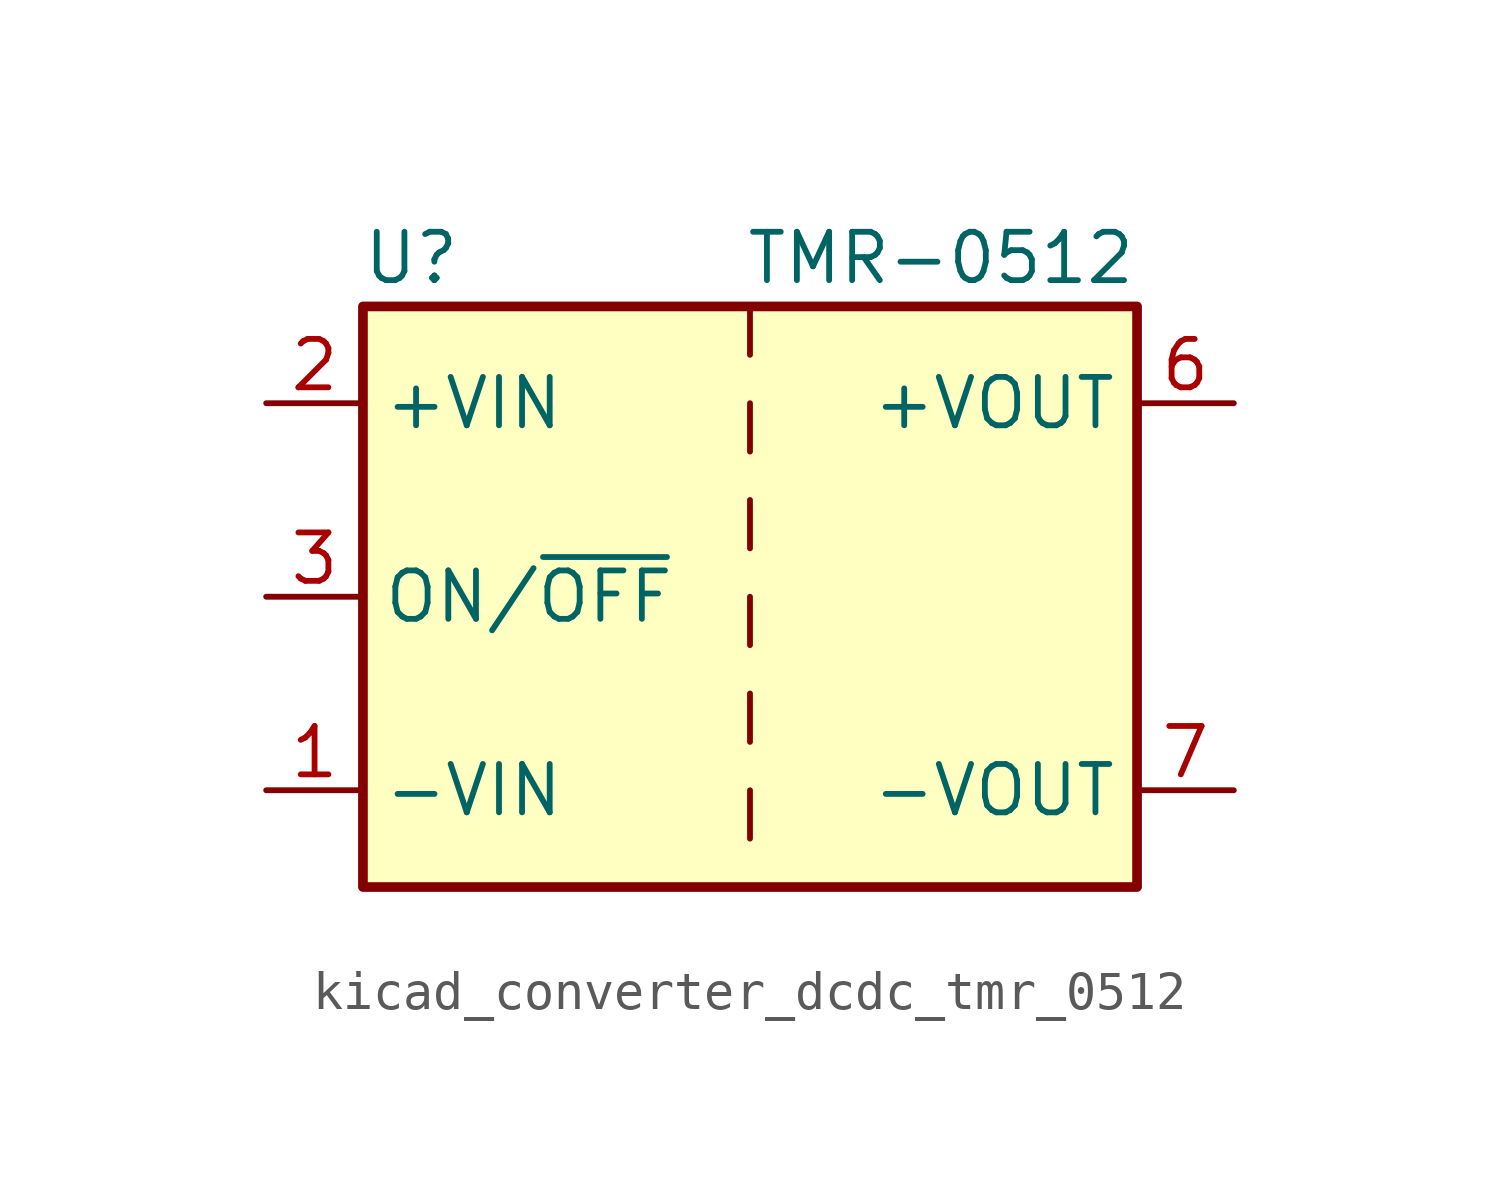
<source format=kicad_sym>
(kicad_symbol_lib
  (version 20220914)
  (generator kicad_symbol_editor)
  (symbol "kicad_converter_dcdc_tmr_0512"
    (property "Reference" "U"
      (at -8.89 8.89 0)
      (effects (font (size 1.27 1.27))))
    (property "Value" "TMR-0512"
      (at 10.16 8.89 0)
      (effects (font (size 1.27 1.27)) (justify right)))
    (symbol "kicad_converter_dcdc_tmr_0512_0_1"
      (rectangle (start -10.16 7.62) (end 10.16 -7.62) (stroke (width 0.254) (type default)) (fill (type background)))
      (polyline (pts (xy 0 -5.08) (xy 0 -6.35)) (stroke (width 0) (type default)) (fill (type none)))
      (polyline (pts (xy 0 -2.54) (xy 0 -3.81)) (stroke (width 0) (type default)) (fill (type none)))
      (polyline (pts (xy 0 0) (xy 0 -1.27)) (stroke (width 0) (type default)) (fill (type none)))
      (polyline (pts (xy 0 2.54) (xy 0 1.27)) (stroke (width 0) (type default)) (fill (type none)))
      (polyline (pts (xy 0 5.08) (xy 0 3.81)) (stroke (width 0) (type default)) (fill (type none)))
      (polyline (pts (xy 0 7.62) (xy 0 6.35)) (stroke (width 0) (type default)) (fill (type none))))
    (symbol "kicad_converter_dcdc_tmr_0512_1_1"
      (pin power_in line (at -12.7 -5.08 0) (length 2.54) (name "-VIN" (effects (font (size 1.27 1.27)))) (number "1" (effects (font (size 1.27 1.27)))))
      (pin power_in line (at -12.7 5.08 0) (length 2.54) (name "+VIN" (effects (font (size 1.27 1.27)))) (number "2" (effects (font (size 1.27 1.27)))))
      (pin input line (at -12.7 0 0) (length 2.54) (name "ON/~{OFF}" (effects (font (size 1.27 1.27)))) (number "3" (effects (font (size 1.27 1.27)))))
      (pin no_connect line (at 10.16 2.54 180) (length 2.54) hide (name "NC" (effects (font (size 1.27 1.27)))) (number "5" (effects (font (size 1.27 1.27)))))
      (pin power_out line (at 12.7 5.08 180) (length 2.54) (name "+VOUT" (effects (font (size 1.27 1.27)))) (number "6" (effects (font (size 1.27 1.27)))))
      (pin power_out line (at 12.7 -5.08 180) (length 2.54) (name "-VOUT" (effects (font (size 1.27 1.27)))) (number "7" (effects (font (size 1.27 1.27)))))
      (pin no_connect line (at 10.16 0 180) (length 2.54) hide (name "NC" (effects (font (size 1.27 1.27)))) (number "8" (effects (font (size 1.27 1.27))))))))
</source>
